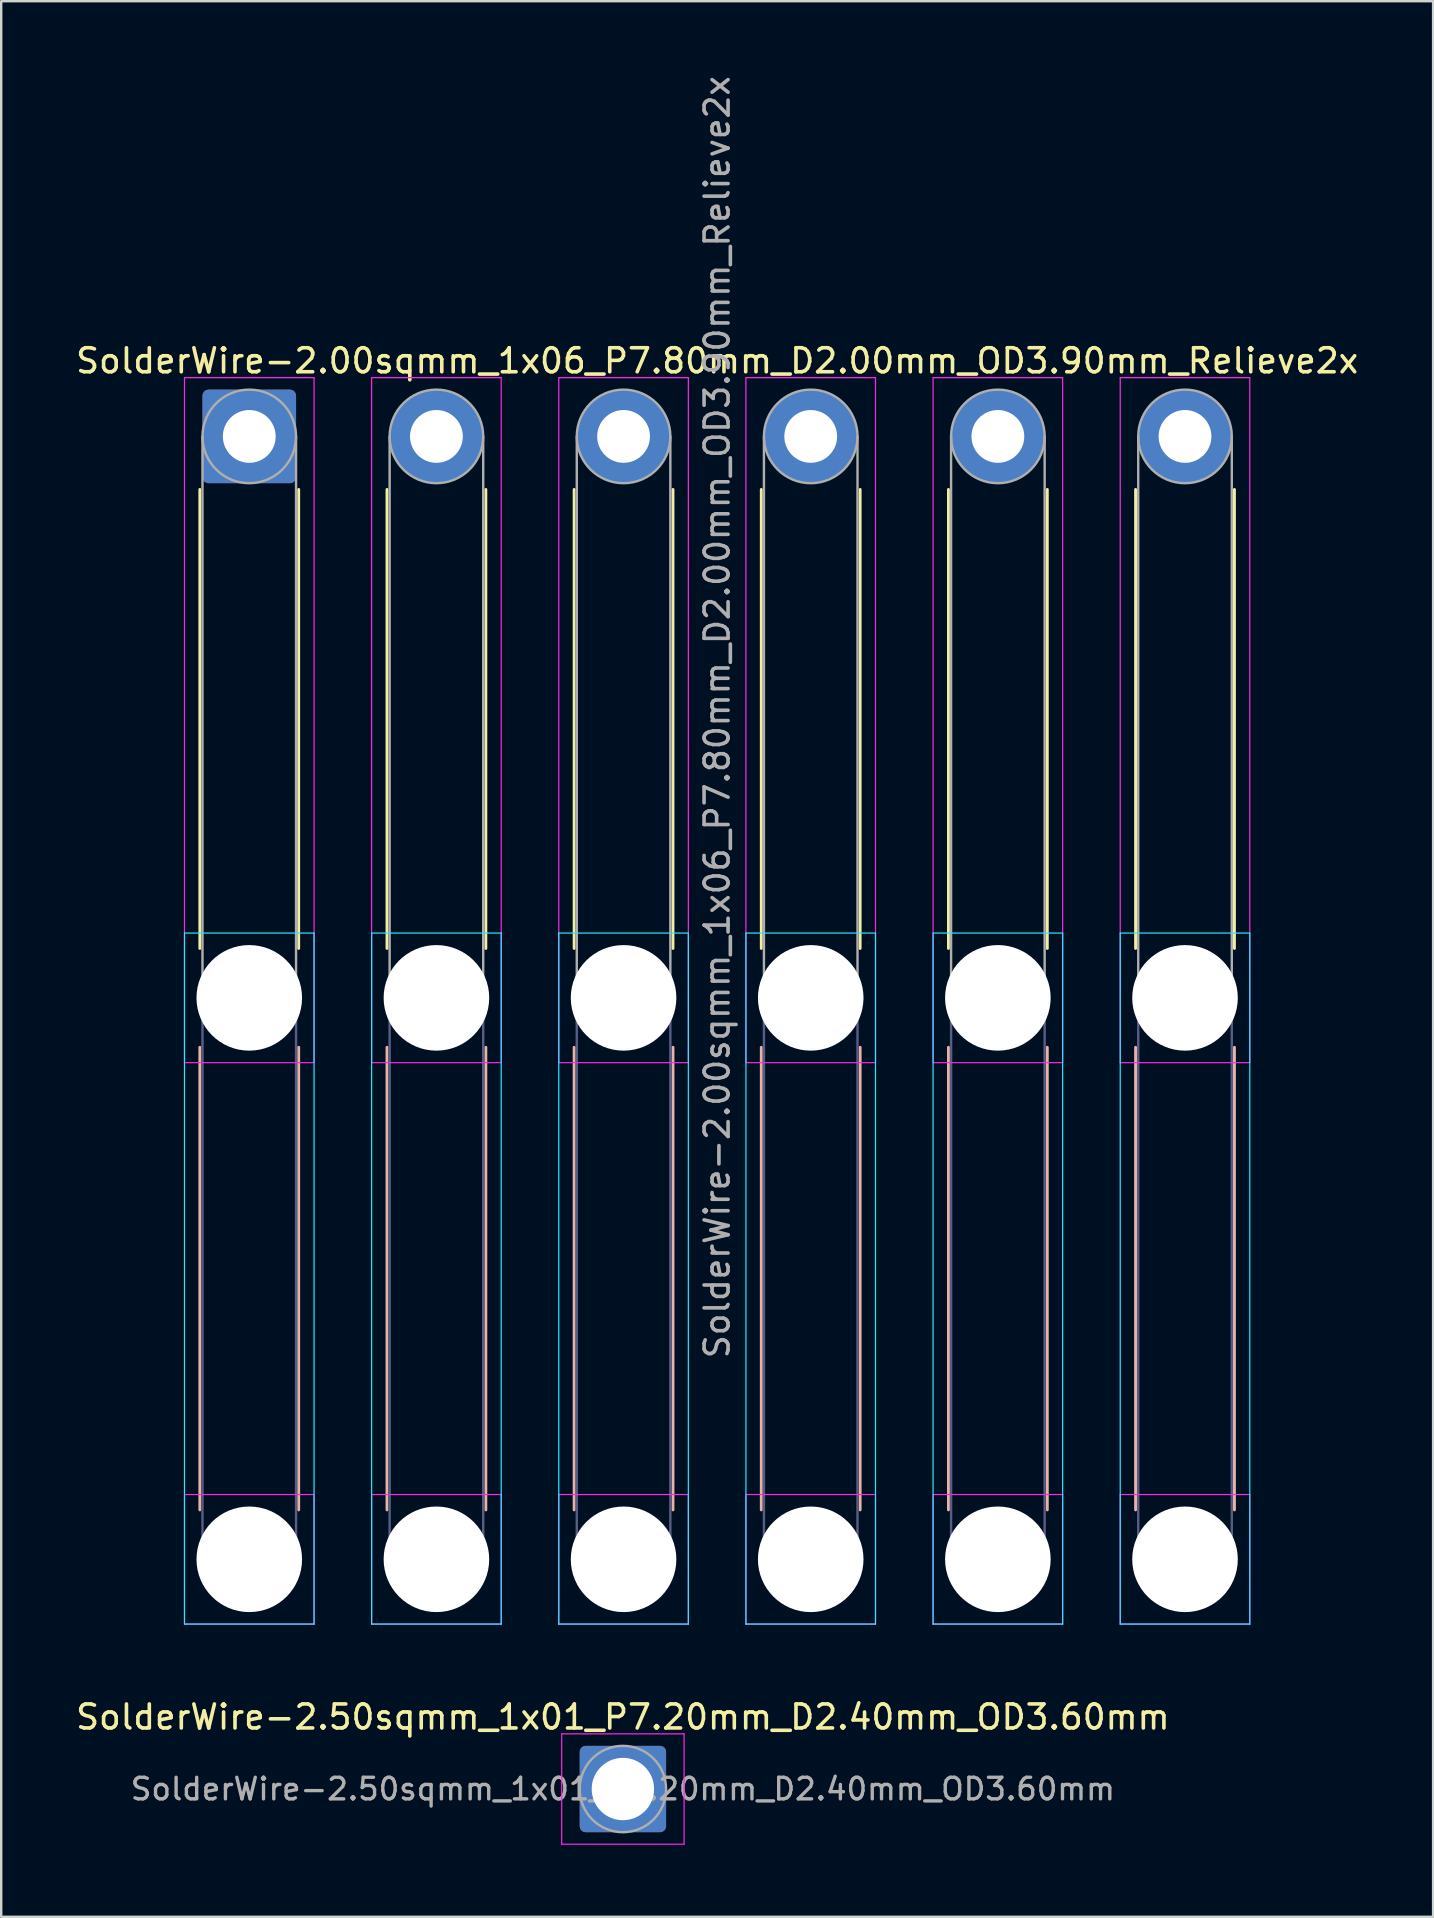
<source format=kicad_pcb>
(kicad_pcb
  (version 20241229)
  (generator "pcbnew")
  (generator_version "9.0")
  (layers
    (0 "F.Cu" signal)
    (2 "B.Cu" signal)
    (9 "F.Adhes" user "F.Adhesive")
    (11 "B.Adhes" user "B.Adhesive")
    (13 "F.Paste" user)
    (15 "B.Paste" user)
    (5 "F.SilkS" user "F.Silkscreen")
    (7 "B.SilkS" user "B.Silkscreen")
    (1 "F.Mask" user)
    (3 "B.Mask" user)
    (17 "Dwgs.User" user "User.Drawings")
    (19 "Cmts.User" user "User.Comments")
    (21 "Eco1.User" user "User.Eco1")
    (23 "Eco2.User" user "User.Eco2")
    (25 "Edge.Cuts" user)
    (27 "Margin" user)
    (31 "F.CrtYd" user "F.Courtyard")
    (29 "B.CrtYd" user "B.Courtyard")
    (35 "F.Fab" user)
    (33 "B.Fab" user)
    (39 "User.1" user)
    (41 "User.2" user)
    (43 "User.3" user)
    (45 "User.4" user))
  (footprint "SolderWire-2.00sqmm_1x06_P7.80mm_D2.00mm_OD3.90mm_Relieve2x"
    (layer "F.Cu")
    (at 7.339 15.139)
    (property "Reference" "SolderWire-2.00sqmm_1x06_P7.80mm_D2.00mm_OD3.90mm_Relieve2x" (at 19.5 -3.15 0) (layer "F.SilkS") (effects (font (size 1 1) (thickness 0.15))))
    (attr exclude_from_pos_files exclude_from_bom)
    (fp_line (start -2.06 2.21) (end -2.06 21.34) (stroke (width 0.12) (type solid)) (layer "F.SilkS"))
    (fp_line (start 2.06 2.21) (end 2.06 21.34) (stroke (width 0.12) (type solid)) (layer "F.SilkS"))
    (fp_line (start 5.74 2.21) (end 5.74 21.34) (stroke (width 0.12) (type solid)) (layer "F.SilkS"))
    (fp_line (start 9.86 2.21) (end 9.86 21.34) (stroke (width 0.12) (type solid)) (layer "F.SilkS"))
    (fp_line (start 13.54 2.21) (end 13.54 21.34) (stroke (width 0.12) (type solid)) (layer "F.SilkS"))
    (fp_line (start 17.66 2.21) (end 17.66 21.34) (stroke (width 0.12) (type solid)) (layer "F.SilkS"))
    (fp_line (start 21.34 2.21) (end 21.34 21.34) (stroke (width 0.12) (type solid)) (layer "F.SilkS"))
    (fp_line (start 25.46 2.21) (end 25.46 21.34) (stroke (width 0.12) (type solid)) (layer "F.SilkS"))
    (fp_line (start 29.14 2.21) (end 29.14 21.34) (stroke (width 0.12) (type solid)) (layer "F.SilkS"))
    (fp_line (start 33.26 2.21) (end 33.26 21.34) (stroke (width 0.12) (type solid)) (layer "F.SilkS"))
    (fp_line (start 36.94 2.21) (end 36.94 21.34) (stroke (width 0.12) (type solid)) (layer "F.SilkS"))
    (fp_line (start 41.06 2.21) (end 41.06 21.34) (stroke (width 0.12) (type solid)) (layer "F.SilkS"))
    (fp_line (start -2.06 25.46) (end -2.06 44.74) (stroke (width 0.12) (type solid)) (layer "B.SilkS"))
    (fp_line (start 2.06 25.46) (end 2.06 44.74) (stroke (width 0.12) (type solid)) (layer "B.SilkS"))
    (fp_line (start 5.74 25.46) (end 5.74 44.74) (stroke (width 0.12) (type solid)) (layer "B.SilkS"))
    (fp_line (start 9.86 25.46) (end 9.86 44.74) (stroke (width 0.12) (type solid)) (layer "B.SilkS"))
    (fp_line (start 13.54 25.46) (end 13.54 44.74) (stroke (width 0.12) (type solid)) (layer "B.SilkS"))
    (fp_line (start 17.66 25.46) (end 17.66 44.74) (stroke (width 0.12) (type solid)) (layer "B.SilkS"))
    (fp_line (start 21.34 25.46) (end 21.34 44.74) (stroke (width 0.12) (type solid)) (layer "B.SilkS"))
    (fp_line (start 25.46 25.46) (end 25.46 44.74) (stroke (width 0.12) (type solid)) (layer "B.SilkS"))
    (fp_line (start 29.14 25.46) (end 29.14 44.74) (stroke (width 0.12) (type solid)) (layer "B.SilkS"))
    (fp_line (start 33.26 25.46) (end 33.26 44.74) (stroke (width 0.12) (type solid)) (layer "B.SilkS"))
    (fp_line (start 36.94 25.46) (end 36.94 44.74) (stroke (width 0.12) (type solid)) (layer "B.SilkS"))
    (fp_line (start 41.06 25.46) (end 41.06 44.74) (stroke (width 0.12) (type solid)) (layer "B.SilkS"))
    (fp_line (start -2.7 20.7) (end -2.7 49.5) (stroke (width 0.05) (type solid)) (layer "B.CrtYd"))
    (fp_line (start -2.7 49.5) (end 2.7 49.5) (stroke (width 0.05) (type solid)) (layer "B.CrtYd"))
    (fp_line (start 2.7 20.7) (end -2.7 20.7) (stroke (width 0.05) (type solid)) (layer "B.CrtYd"))
    (fp_line (start 2.7 49.5) (end 2.7 20.7) (stroke (width 0.05) (type solid)) (layer "B.CrtYd"))
    (fp_line (start 5.1 20.7) (end 5.1 49.5) (stroke (width 0.05) (type solid)) (layer "B.CrtYd"))
    (fp_line (start 5.1 49.5) (end 10.5 49.5) (stroke (width 0.05) (type solid)) (layer "B.CrtYd"))
    (fp_line (start 10.5 20.7) (end 5.1 20.7) (stroke (width 0.05) (type solid)) (layer "B.CrtYd"))
    (fp_line (start 10.5 49.5) (end 10.5 20.7) (stroke (width 0.05) (type solid)) (layer "B.CrtYd"))
    (fp_line (start 12.9 20.7) (end 12.9 49.5) (stroke (width 0.05) (type solid)) (layer "B.CrtYd"))
    (fp_line (start 12.9 49.5) (end 18.3 49.5) (stroke (width 0.05) (type solid)) (layer "B.CrtYd"))
    (fp_line (start 18.3 20.7) (end 12.9 20.7) (stroke (width 0.05) (type solid)) (layer "B.CrtYd"))
    (fp_line (start 18.3 49.5) (end 18.3 20.7) (stroke (width 0.05) (type solid)) (layer "B.CrtYd"))
    (fp_line (start 20.7 20.7) (end 20.7 49.5) (stroke (width 0.05) (type solid)) (layer "B.CrtYd"))
    (fp_line (start 20.7 49.5) (end 26.1 49.5) (stroke (width 0.05) (type solid)) (layer "B.CrtYd"))
    (fp_line (start 26.1 20.7) (end 20.7 20.7) (stroke (width 0.05) (type solid)) (layer "B.CrtYd"))
    (fp_line (start 26.1 49.5) (end 26.1 20.7) (stroke (width 0.05) (type solid)) (layer "B.CrtYd"))
    (fp_line (start 28.5 20.7) (end 28.5 49.5) (stroke (width 0.05) (type solid)) (layer "B.CrtYd"))
    (fp_line (start 28.5 49.5) (end 33.9 49.5) (stroke (width 0.05) (type solid)) (layer "B.CrtYd"))
    (fp_line (start 33.9 20.7) (end 28.5 20.7) (stroke (width 0.05) (type solid)) (layer "B.CrtYd"))
    (fp_line (start 33.9 49.5) (end 33.9 20.7) (stroke (width 0.05) (type solid)) (layer "B.CrtYd"))
    (fp_line (start 36.3 20.7) (end 36.3 49.5) (stroke (width 0.05) (type solid)) (layer "B.CrtYd"))
    (fp_line (start 36.3 49.5) (end 41.7 49.5) (stroke (width 0.05) (type solid)) (layer "B.CrtYd"))
    (fp_line (start 41.7 20.7) (end 36.3 20.7) (stroke (width 0.05) (type solid)) (layer "B.CrtYd"))
    (fp_line (start 41.7 49.5) (end 41.7 20.7) (stroke (width 0.05) (type solid)) (layer "B.CrtYd"))
    (fp_line (start -2.7 -2.45) (end -2.7 26.1) (stroke (width 0.05) (type solid)) (layer "F.CrtYd"))
    (fp_line (start -2.7 26.1) (end 2.7 26.1) (stroke (width 0.05) (type solid)) (layer "F.CrtYd"))
    (fp_line (start -2.7 44.1) (end -2.7 49.5) (stroke (width 0.05) (type solid)) (layer "F.CrtYd"))
    (fp_line (start -2.7 49.5) (end 2.7 49.5) (stroke (width 0.05) (type solid)) (layer "F.CrtYd"))
    (fp_line (start 2.7 -2.45) (end -2.7 -2.45) (stroke (width 0.05) (type solid)) (layer "F.CrtYd"))
    (fp_line (start 2.7 26.1) (end 2.7 -2.45) (stroke (width 0.05) (type solid)) (layer "F.CrtYd"))
    (fp_line (start 2.7 44.1) (end -2.7 44.1) (stroke (width 0.05) (type solid)) (layer "F.CrtYd"))
    (fp_line (start 2.7 49.5) (end 2.7 44.1) (stroke (width 0.05) (type solid)) (layer "F.CrtYd"))
    (fp_line (start 5.1 -2.45) (end 5.1 26.1) (stroke (width 0.05) (type solid)) (layer "F.CrtYd"))
    (fp_line (start 5.1 26.1) (end 10.5 26.1) (stroke (width 0.05) (type solid)) (layer "F.CrtYd"))
    (fp_line (start 5.1 44.1) (end 5.1 49.5) (stroke (width 0.05) (type solid)) (layer "F.CrtYd"))
    (fp_line (start 5.1 49.5) (end 10.5 49.5) (stroke (width 0.05) (type solid)) (layer "F.CrtYd"))
    (fp_line (start 10.5 -2.45) (end 5.1 -2.45) (stroke (width 0.05) (type solid)) (layer "F.CrtYd"))
    (fp_line (start 10.5 26.1) (end 10.5 -2.45) (stroke (width 0.05) (type solid)) (layer "F.CrtYd"))
    (fp_line (start 10.5 44.1) (end 5.1 44.1) (stroke (width 0.05) (type solid)) (layer "F.CrtYd"))
    (fp_line (start 10.5 49.5) (end 10.5 44.1) (stroke (width 0.05) (type solid)) (layer "F.CrtYd"))
    (fp_line (start 12.9 -2.45) (end 12.9 26.1) (stroke (width 0.05) (type solid)) (layer "F.CrtYd"))
    (fp_line (start 12.9 26.1) (end 18.3 26.1) (stroke (width 0.05) (type solid)) (layer "F.CrtYd"))
    (fp_line (start 12.9 44.1) (end 12.9 49.5) (stroke (width 0.05) (type solid)) (layer "F.CrtYd"))
    (fp_line (start 12.9 49.5) (end 18.3 49.5) (stroke (width 0.05) (type solid)) (layer "F.CrtYd"))
    (fp_line (start 18.3 -2.45) (end 12.9 -2.45) (stroke (width 0.05) (type solid)) (layer "F.CrtYd"))
    (fp_line (start 18.3 26.1) (end 18.3 -2.45) (stroke (width 0.05) (type solid)) (layer "F.CrtYd"))
    (fp_line (start 18.3 44.1) (end 12.9 44.1) (stroke (width 0.05) (type solid)) (layer "F.CrtYd"))
    (fp_line (start 18.3 49.5) (end 18.3 44.1) (stroke (width 0.05) (type solid)) (layer "F.CrtYd"))
    (fp_line (start 20.7 -2.45) (end 20.7 26.1) (stroke (width 0.05) (type solid)) (layer "F.CrtYd"))
    (fp_line (start 20.7 26.1) (end 26.1 26.1) (stroke (width 0.05) (type solid)) (layer "F.CrtYd"))
    (fp_line (start 20.7 44.1) (end 20.7 49.5) (stroke (width 0.05) (type solid)) (layer "F.CrtYd"))
    (fp_line (start 20.7 49.5) (end 26.1 49.5) (stroke (width 0.05) (type solid)) (layer "F.CrtYd"))
    (fp_line (start 26.1 -2.45) (end 20.7 -2.45) (stroke (width 0.05) (type solid)) (layer "F.CrtYd"))
    (fp_line (start 26.1 26.1) (end 26.1 -2.45) (stroke (width 0.05) (type solid)) (layer "F.CrtYd"))
    (fp_line (start 26.1 44.1) (end 20.7 44.1) (stroke (width 0.05) (type solid)) (layer "F.CrtYd"))
    (fp_line (start 26.1 49.5) (end 26.1 44.1) (stroke (width 0.05) (type solid)) (layer "F.CrtYd"))
    (fp_line (start 28.5 -2.45) (end 28.5 26.1) (stroke (width 0.05) (type solid)) (layer "F.CrtYd"))
    (fp_line (start 28.5 26.1) (end 33.9 26.1) (stroke (width 0.05) (type solid)) (layer "F.CrtYd"))
    (fp_line (start 28.5 44.1) (end 28.5 49.5) (stroke (width 0.05) (type solid)) (layer "F.CrtYd"))
    (fp_line (start 28.5 49.5) (end 33.9 49.5) (stroke (width 0.05) (type solid)) (layer "F.CrtYd"))
    (fp_line (start 33.9 -2.45) (end 28.5 -2.45) (stroke (width 0.05) (type solid)) (layer "F.CrtYd"))
    (fp_line (start 33.9 26.1) (end 33.9 -2.45) (stroke (width 0.05) (type solid)) (layer "F.CrtYd"))
    (fp_line (start 33.9 44.1) (end 28.5 44.1) (stroke (width 0.05) (type solid)) (layer "F.CrtYd"))
    (fp_line (start 33.9 49.5) (end 33.9 44.1) (stroke (width 0.05) (type solid)) (layer "F.CrtYd"))
    (fp_line (start 36.3 -2.45) (end 36.3 26.1) (stroke (width 0.05) (type solid)) (layer "F.CrtYd"))
    (fp_line (start 36.3 26.1) (end 41.7 26.1) (stroke (width 0.05) (type solid)) (layer "F.CrtYd"))
    (fp_line (start 36.3 44.1) (end 36.3 49.5) (stroke (width 0.05) (type solid)) (layer "F.CrtYd"))
    (fp_line (start 36.3 49.5) (end 41.7 49.5) (stroke (width 0.05) (type solid)) (layer "F.CrtYd"))
    (fp_line (start 41.7 -2.45) (end 36.3 -2.45) (stroke (width 0.05) (type solid)) (layer "F.CrtYd"))
    (fp_line (start 41.7 26.1) (end 41.7 -2.45) (stroke (width 0.05) (type solid)) (layer "F.CrtYd"))
    (fp_line (start 41.7 44.1) (end 36.3 44.1) (stroke (width 0.05) (type solid)) (layer "F.CrtYd"))
    (fp_line (start 41.7 49.5) (end 41.7 44.1) (stroke (width 0.05) (type solid)) (layer "F.CrtYd"))
    (fp_line (start -1.95 23.4) (end -1.95 46.8) (stroke (width 0.1) (type solid)) (layer "B.Fab"))
    (fp_line (start 1.95 23.4) (end 1.95 46.8) (stroke (width 0.1) (type solid)) (layer "B.Fab"))
    (fp_line (start 5.85 23.4) (end 5.85 46.8) (stroke (width 0.1) (type solid)) (layer "B.Fab"))
    (fp_line (start 9.75 23.4) (end 9.75 46.8) (stroke (width 0.1) (type solid)) (layer "B.Fab"))
    (fp_line (start 13.65 23.4) (end 13.65 46.8) (stroke (width 0.1) (type solid)) (layer "B.Fab"))
    (fp_line (start 17.55 23.4) (end 17.55 46.8) (stroke (width 0.1) (type solid)) (layer "B.Fab"))
    (fp_line (start 21.45 23.4) (end 21.45 46.8) (stroke (width 0.1) (type solid)) (layer "B.Fab"))
    (fp_line (start 25.35 23.4) (end 25.35 46.8) (stroke (width 0.1) (type solid)) (layer "B.Fab"))
    (fp_line (start 29.25 23.4) (end 29.25 46.8) (stroke (width 0.1) (type solid)) (layer "B.Fab"))
    (fp_line (start 33.15 23.4) (end 33.15 46.8) (stroke (width 0.1) (type solid)) (layer "B.Fab"))
    (fp_line (start 37.05 23.4) (end 37.05 46.8) (stroke (width 0.1) (type solid)) (layer "B.Fab"))
    (fp_line (start 40.95 23.4) (end 40.95 46.8) (stroke (width 0.1) (type solid)) (layer "B.Fab"))
    (fp_circle (center 0 23.4) (end 1.95 23.4) (stroke (width 0.1) (type solid)) (fill no) (layer "B.Fab"))
    (fp_circle (center 0 46.8) (end 1.95 46.8) (stroke (width 0.1) (type solid)) (fill no) (layer "B.Fab"))
    (fp_circle (center 7.8 23.4) (end 9.75 23.4) (stroke (width 0.1) (type solid)) (fill no) (layer "B.Fab"))
    (fp_circle (center 7.8 46.8) (end 9.75 46.8) (stroke (width 0.1) (type solid)) (fill no) (layer "B.Fab"))
    (fp_circle (center 15.6 23.4) (end 17.55 23.4) (stroke (width 0.1) (type solid)) (fill no) (layer "B.Fab"))
    (fp_circle (center 15.6 46.8) (end 17.55 46.8) (stroke (width 0.1) (type solid)) (fill no) (layer "B.Fab"))
    (fp_circle (center 23.4 23.4) (end 25.35 23.4) (stroke (width 0.1) (type solid)) (fill no) (layer "B.Fab"))
    (fp_circle (center 23.4 46.8) (end 25.35 46.8) (stroke (width 0.1) (type solid)) (fill no) (layer "B.Fab"))
    (fp_circle (center 31.2 23.4) (end 33.15 23.4) (stroke (width 0.1) (type solid)) (fill no) (layer "B.Fab"))
    (fp_circle (center 31.2 46.8) (end 33.15 46.8) (stroke (width 0.1) (type solid)) (fill no) (layer "B.Fab"))
    (fp_circle (center 39 23.4) (end 40.95 23.4) (stroke (width 0.1) (type solid)) (fill no) (layer "B.Fab"))
    (fp_circle (center 39 46.8) (end 40.95 46.8) (stroke (width 0.1) (type solid)) (fill no) (layer "B.Fab"))
    (fp_line (start -1.95 0) (end -1.95 23.4) (stroke (width 0.1) (type solid)) (layer "F.Fab"))
    (fp_line (start 1.95 0) (end 1.95 23.4) (stroke (width 0.1) (type solid)) (layer "F.Fab"))
    (fp_line (start 5.85 0) (end 5.85 23.4) (stroke (width 0.1) (type solid)) (layer "F.Fab"))
    (fp_line (start 9.75 0) (end 9.75 23.4) (stroke (width 0.1) (type solid)) (layer "F.Fab"))
    (fp_line (start 13.65 0) (end 13.65 23.4) (stroke (width 0.1) (type solid)) (layer "F.Fab"))
    (fp_line (start 17.55 0) (end 17.55 23.4) (stroke (width 0.1) (type solid)) (layer "F.Fab"))
    (fp_line (start 21.45 0) (end 21.45 23.4) (stroke (width 0.1) (type solid)) (layer "F.Fab"))
    (fp_line (start 25.35 0) (end 25.35 23.4) (stroke (width 0.1) (type solid)) (layer "F.Fab"))
    (fp_line (start 29.25 0) (end 29.25 23.4) (stroke (width 0.1) (type solid)) (layer "F.Fab"))
    (fp_line (start 33.15 0) (end 33.15 23.4) (stroke (width 0.1) (type solid)) (layer "F.Fab"))
    (fp_line (start 37.05 0) (end 37.05 23.4) (stroke (width 0.1) (type solid)) (layer "F.Fab"))
    (fp_line (start 40.95 0) (end 40.95 23.4) (stroke (width 0.1) (type solid)) (layer "F.Fab"))
    (fp_circle (center 0 0) (end 1.95 0) (stroke (width 0.1) (type solid)) (fill no) (layer "F.Fab"))
    (fp_circle (center 0 23.4) (end 1.95 23.4) (stroke (width 0.1) (type solid)) (fill no) (layer "F.Fab"))
    (fp_circle (center 0 46.8) (end 1.95 46.8) (stroke (width 0.1) (type solid)) (fill no) (layer "F.Fab"))
    (fp_circle (center 7.8 0) (end 9.75 0) (stroke (width 0.1) (type solid)) (fill no) (layer "F.Fab"))
    (fp_circle (center 7.8 23.4) (end 9.75 23.4) (stroke (width 0.1) (type solid)) (fill no) (layer "F.Fab"))
    (fp_circle (center 7.8 46.8) (end 9.75 46.8) (stroke (width 0.1) (type solid)) (fill no) (layer "F.Fab"))
    (fp_circle (center 15.6 0) (end 17.55 0) (stroke (width 0.1) (type solid)) (fill no) (layer "F.Fab"))
    (fp_circle (center 15.6 23.4) (end 17.55 23.4) (stroke (width 0.1) (type solid)) (fill no) (layer "F.Fab"))
    (fp_circle (center 15.6 46.8) (end 17.55 46.8) (stroke (width 0.1) (type solid)) (fill no) (layer "F.Fab"))
    (fp_circle (center 23.4 0) (end 25.35 0) (stroke (width 0.1) (type solid)) (fill no) (layer "F.Fab"))
    (fp_circle (center 23.4 23.4) (end 25.35 23.4) (stroke (width 0.1) (type solid)) (fill no) (layer "F.Fab"))
    (fp_circle (center 23.4 46.8) (end 25.35 46.8) (stroke (width 0.1) (type solid)) (fill no) (layer "F.Fab"))
    (fp_circle (center 31.2 0) (end 33.15 0) (stroke (width 0.1) (type solid)) (fill no) (layer "F.Fab"))
    (fp_circle (center 31.2 23.4) (end 33.15 23.4) (stroke (width 0.1) (type solid)) (fill no) (layer "F.Fab"))
    (fp_circle (center 31.2 46.8) (end 33.15 46.8) (stroke (width 0.1) (type solid)) (fill no) (layer "F.Fab"))
    (fp_circle (center 39 0) (end 40.95 0) (stroke (width 0.1) (type solid)) (fill no) (layer "F.Fab"))
    (fp_circle (center 39 23.4) (end 40.95 23.4) (stroke (width 0.1) (type solid)) (fill no) (layer "F.Fab"))
    (fp_circle (center 39 46.8) (end 40.95 46.8) (stroke (width 0.1) (type solid)) (fill no) (layer "F.Fab"))
    (fp_text user "${REFERENCE}" (at 19.5 11.7 90) (layer "F.Fab") (effects (font (size 1 1) (thickness 0.15))))
    (pad "" np_thru_hole circle (at 0 23.4) (size 4.4 4.4) (drill 4.4) (layers "*.Cu" "*.Mask"))
    (pad "" np_thru_hole circle (at 0 46.8) (size 4.4 4.4) (drill 4.4) (layers "*.Cu" "*.Mask"))
    (pad "" np_thru_hole circle (at 7.8 23.4) (size 4.4 4.4) (drill 4.4) (layers "*.Cu" "*.Mask"))
    (pad "" np_thru_hole circle (at 7.8 46.8) (size 4.4 4.4) (drill 4.4) (layers "*.Cu" "*.Mask"))
    (pad "" np_thru_hole circle (at 15.6 23.4) (size 4.4 4.4) (drill 4.4) (layers "*.Cu" "*.Mask"))
    (pad "" np_thru_hole circle (at 15.6 46.8) (size 4.4 4.4) (drill 4.4) (layers "*.Cu" "*.Mask"))
    (pad "" np_thru_hole circle (at 23.4 23.4) (size 4.4 4.4) (drill 4.4) (layers "*.Cu" "*.Mask"))
    (pad "" np_thru_hole circle (at 23.4 46.8) (size 4.4 4.4) (drill 4.4) (layers "*.Cu" "*.Mask"))
    (pad "" np_thru_hole circle (at 31.2 23.4) (size 4.4 4.4) (drill 4.4) (layers "*.Cu" "*.Mask"))
    (pad "" np_thru_hole circle (at 31.2 46.8) (size 4.4 4.4) (drill 4.4) (layers "*.Cu" "*.Mask"))
    (pad "" np_thru_hole circle (at 39 23.4) (size 4.4 4.4) (drill 4.4) (layers "*.Cu" "*.Mask"))
    (pad "" np_thru_hole circle (at 39 46.8) (size 4.4 4.4) (drill 4.4) (layers "*.Cu" "*.Mask"))
    (pad "1" thru_hole roundrect (at 0 0) (size 3.9 3.9) (drill 2.2) (layers "*.Cu" "*.Mask") (roundrect_rratio 0.064))
    (pad "2" thru_hole circle (at 7.8 0) (size 3.9 3.9) (drill 2.2) (layers "*.Cu" "*.Mask"))
    (pad "3" thru_hole circle (at 15.6 0) (size 3.9 3.9) (drill 2.2) (layers "*.Cu" "*.Mask"))
    (pad "4" thru_hole circle (at 23.4 0) (size 3.9 3.9) (drill 2.2) (layers "*.Cu" "*.Mask"))
    (pad "5" thru_hole circle (at 31.2 0) (size 3.9 3.9) (drill 2.2) (layers "*.Cu" "*.Mask"))
    (pad "6" thru_hole circle (at 39 0) (size 3.9 3.9) (drill 2.2) (layers "*.Cu" "*.Mask")))
  (footprint "SolderWire-2.50sqmm_1x01_P7.20mm_D2.40mm_OD3.60mm"
    (layer "F.Cu")
    (at 22.911 71.513)
    (property "Reference" "SolderWire-2.50sqmm_1x01_P7.20mm_D2.40mm_OD3.60mm" (at 0 -3 0) (layer "F.SilkS") (effects (font (size 1 1) (thickness 0.15))))
    (attr exclude_from_pos_files exclude_from_bom)
    (fp_line (start -2.55 -2.3) (end -2.55 2.3) (stroke (width 0.05) (type solid)) (layer "F.CrtYd"))
    (fp_line (start -2.55 2.3) (end 2.55 2.3) (stroke (width 0.05) (type solid)) (layer "F.CrtYd"))
    (fp_line (start 2.55 -2.3) (end -2.55 -2.3) (stroke (width 0.05) (type solid)) (layer "F.CrtYd"))
    (fp_line (start 2.55 2.3) (end 2.55 -2.3) (stroke (width 0.05) (type solid)) (layer "F.CrtYd"))
    (fp_circle (center 0 0) (end 1.8 0) (stroke (width 0.1) (type solid)) (fill no) (layer "F.Fab"))
    (fp_text user "${REFERENCE}" (at 0 0 0) (layer "F.Fab") (effects (font (size 0.9 0.9) (thickness 0.14))))
    (pad "1" thru_hole roundrect (at 0 0) (size 3.6 3.6) (drill 2.6) (layers "*.Cu" "*.Mask") (roundrect_rratio 0.069)))
  (gr_rect
    (start -3 -3)
    (end 56.679 76.838)
    (stroke (width 0.1) (type default))
    (fill no)
    (layer "Edge.Cuts")))
</source>
